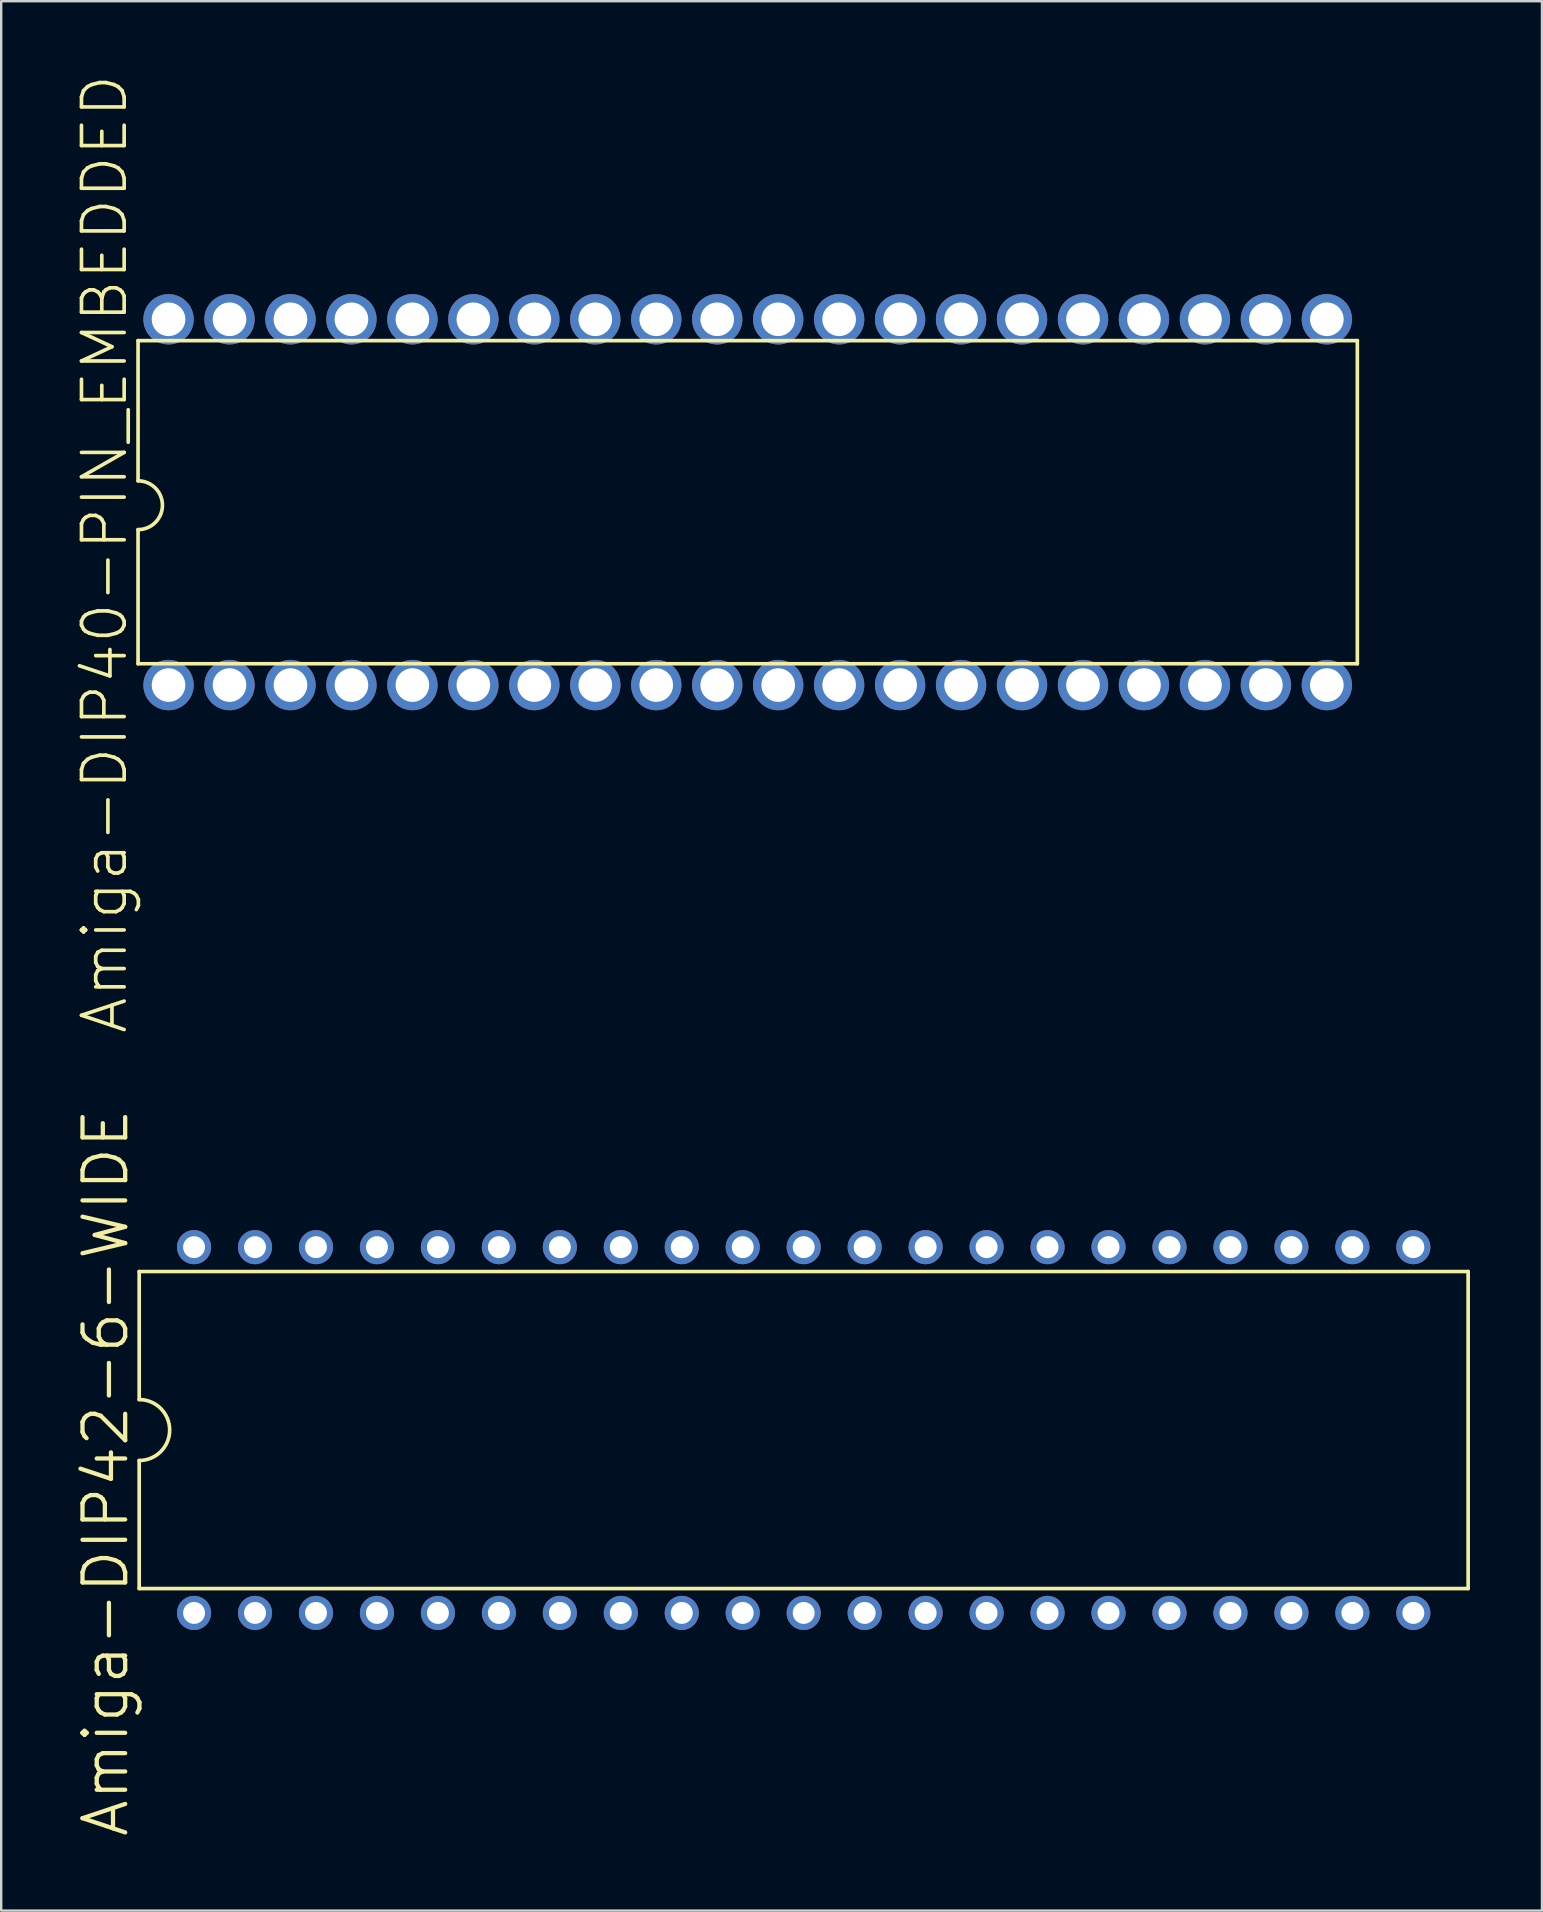
<source format=kicad_pcb>
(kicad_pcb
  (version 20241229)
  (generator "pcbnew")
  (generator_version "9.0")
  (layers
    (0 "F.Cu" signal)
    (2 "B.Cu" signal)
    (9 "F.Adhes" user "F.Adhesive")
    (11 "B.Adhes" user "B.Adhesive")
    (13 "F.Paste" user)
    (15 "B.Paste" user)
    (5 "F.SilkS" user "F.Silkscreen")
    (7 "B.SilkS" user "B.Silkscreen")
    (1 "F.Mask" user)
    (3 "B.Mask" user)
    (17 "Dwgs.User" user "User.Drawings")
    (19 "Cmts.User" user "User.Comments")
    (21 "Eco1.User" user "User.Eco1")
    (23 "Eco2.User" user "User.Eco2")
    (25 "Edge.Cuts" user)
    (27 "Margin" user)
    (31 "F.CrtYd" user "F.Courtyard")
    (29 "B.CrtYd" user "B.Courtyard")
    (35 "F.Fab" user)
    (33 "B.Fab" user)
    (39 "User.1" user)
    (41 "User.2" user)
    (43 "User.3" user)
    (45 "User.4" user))
  (footprint "Amiga-DIP40-PIN_EMBEDDED"
    (layer "F.Cu")
    (at 26.832 17.873)
    (property "Reference" "Amiga-DIP40-PIN_EMBEDDED" (at -25.524 2.159 90) (layer "F.SilkS") (effects (font (size 1.778 1.778) (thickness 0.152))))
    (attr exclude_from_pos_files exclude_from_bom)
    (fp_line (start -24.13 -6.731) (end -24.13 -0.889) (stroke (width 0.152) (type solid)) (layer "F.SilkS"))
    (fp_line (start -24.13 6.731) (end -24.13 1.143) (stroke (width 0.152) (type solid)) (layer "F.SilkS"))
    (fp_line (start -24.13 6.731) (end 26.67 6.731) (stroke (width 0.152) (type solid)) (layer "F.SilkS"))
    (fp_line (start 26.67 -6.731) (end -24.13 -6.731) (stroke (width 0.152) (type solid)) (layer "F.SilkS"))
    (fp_line (start 26.67 -6.731) (end 26.67 6.731) (stroke (width 0.152) (type solid)) (layer "F.SilkS"))
    (fp_arc (start -24.13 -0.889) (mid -23.114 0.127) (end -24.13 1.143) (stroke (width 0.1524) (type solid)) (layer "F.SilkS"))
    (pad "1" thru_hole circle (at -22.86 7.62) (size 2.098 2.098) (drill 1.4) (layers "*.Cu" "*.Paste" "*.Mask"))
    (pad "2" thru_hole circle (at -20.32 7.62) (size 2.098 2.098) (drill 1.4) (layers "*.Cu" "*.Paste" "*.Mask"))
    (pad "3" thru_hole circle (at -17.78 7.62) (size 2.098 2.098) (drill 1.4) (layers "*.Cu" "*.Paste" "*.Mask"))
    (pad "4" thru_hole circle (at -15.24 7.62) (size 2.098 2.098) (drill 1.4) (layers "*.Cu" "*.Paste" "*.Mask"))
    (pad "5" thru_hole circle (at -12.7 7.62) (size 2.098 2.098) (drill 1.4) (layers "*.Cu" "*.Paste" "*.Mask"))
    (pad "6" thru_hole circle (at -10.16 7.62) (size 2.098 2.098) (drill 1.4) (layers "*.Cu" "*.Paste" "*.Mask"))
    (pad "7" thru_hole circle (at -7.62 7.62) (size 2.098 2.098) (drill 1.4) (layers "*.Cu" "*.Paste" "*.Mask"))
    (pad "8" thru_hole circle (at -5.08 7.62) (size 2.098 2.098) (drill 1.4) (layers "*.Cu" "*.Paste" "*.Mask"))
    (pad "9" thru_hole circle (at -2.54 7.62) (size 2.098 2.098) (drill 1.4) (layers "*.Cu" "*.Paste" "*.Mask"))
    (pad "10" thru_hole circle (at 0 7.62) (size 2.098 2.098) (drill 1.4) (layers "*.Cu" "*.Paste" "*.Mask"))
    (pad "11" thru_hole circle (at 2.54 7.62) (size 2.098 2.098) (drill 1.4) (layers "*.Cu" "*.Paste" "*.Mask"))
    (pad "12" thru_hole circle (at 5.08 7.62) (size 2.098 2.098) (drill 1.4) (layers "*.Cu" "*.Paste" "*.Mask"))
    (pad "13" thru_hole circle (at 7.62 7.62) (size 2.098 2.098) (drill 1.4) (layers "*.Cu" "*.Paste" "*.Mask"))
    (pad "14" thru_hole circle (at 10.16 7.62) (size 2.098 2.098) (drill 1.4) (layers "*.Cu" "*.Paste" "*.Mask"))
    (pad "15" thru_hole circle (at 12.7 7.62) (size 2.098 2.098) (drill 1.4) (layers "*.Cu" "*.Paste" "*.Mask"))
    (pad "16" thru_hole circle (at 15.24 7.62) (size 2.098 2.098) (drill 1.4) (layers "*.Cu" "*.Paste" "*.Mask"))
    (pad "17" thru_hole circle (at 17.78 7.62) (size 2.098 2.098) (drill 1.4) (layers "*.Cu" "*.Paste" "*.Mask"))
    (pad "18" thru_hole circle (at 20.32 7.62) (size 2.098 2.098) (drill 1.4) (layers "*.Cu" "*.Paste" "*.Mask"))
    (pad "19" thru_hole circle (at 22.86 7.62) (size 2.098 2.098) (drill 1.4) (layers "*.Cu" "*.Paste" "*.Mask"))
    (pad "20" thru_hole circle (at 25.4 7.62) (size 2.098 2.098) (drill 1.4) (layers "*.Cu" "*.Paste" "*.Mask"))
    (pad "21" thru_hole circle (at 25.4 -7.62) (size 2.098 2.098) (drill 1.4) (layers "*.Cu" "*.Paste" "*.Mask"))
    (pad "22" thru_hole circle (at 22.86 -7.62) (size 2.098 2.098) (drill 1.4) (layers "*.Cu" "*.Paste" "*.Mask"))
    (pad "23" thru_hole circle (at 20.32 -7.62) (size 2.098 2.098) (drill 1.4) (layers "*.Cu" "*.Paste" "*.Mask"))
    (pad "24" thru_hole circle (at 17.78 -7.62) (size 2.098 2.098) (drill 1.4) (layers "*.Cu" "*.Paste" "*.Mask"))
    (pad "25" thru_hole circle (at 15.24 -7.62) (size 2.098 2.098) (drill 1.4) (layers "*.Cu" "*.Paste" "*.Mask"))
    (pad "26" thru_hole circle (at 12.7 -7.62) (size 2.098 2.098) (drill 1.4) (layers "*.Cu" "*.Paste" "*.Mask"))
    (pad "27" thru_hole circle (at 10.16 -7.62) (size 2.098 2.098) (drill 1.4) (layers "*.Cu" "*.Paste" "*.Mask"))
    (pad "28" thru_hole circle (at 7.62 -7.62) (size 2.098 2.098) (drill 1.4) (layers "*.Cu" "*.Paste" "*.Mask"))
    (pad "29" thru_hole circle (at 5.08 -7.62) (size 2.098 2.098) (drill 1.4) (layers "*.Cu" "*.Paste" "*.Mask"))
    (pad "30" thru_hole circle (at 2.54 -7.62) (size 2.098 2.098) (drill 1.4) (layers "*.Cu" "*.Paste" "*.Mask"))
    (pad "31" thru_hole circle (at 0 -7.62) (size 2.098 2.098) (drill 1.4) (layers "*.Cu" "*.Paste" "*.Mask"))
    (pad "32" thru_hole circle (at -2.54 -7.62) (size 2.098 2.098) (drill 1.4) (layers "*.Cu" "*.Paste" "*.Mask"))
    (pad "33" thru_hole circle (at -5.08 -7.62) (size 2.098 2.098) (drill 1.4) (layers "*.Cu" "*.Paste" "*.Mask"))
    (pad "34" thru_hole circle (at -7.62 -7.62) (size 2.098 2.098) (drill 1.4) (layers "*.Cu" "*.Paste" "*.Mask"))
    (pad "35" thru_hole circle (at -10.16 -7.62) (size 2.098 2.098) (drill 1.4) (layers "*.Cu" "*.Paste" "*.Mask"))
    (pad "36" thru_hole circle (at -12.7 -7.62) (size 2.098 2.098) (drill 1.4) (layers "*.Cu" "*.Paste" "*.Mask"))
    (pad "37" thru_hole circle (at -15.24 -7.62) (size 2.098 2.098) (drill 1.4) (layers "*.Cu" "*.Paste" "*.Mask"))
    (pad "38" thru_hole circle (at -17.78 -7.62) (size 2.098 2.098) (drill 1.4) (layers "*.Cu" "*.Paste" "*.Mask"))
    (pad "39" thru_hole circle (at -20.32 -7.62) (size 2.098 2.098) (drill 1.4) (layers "*.Cu" "*.Paste" "*.Mask"))
    (pad "40" thru_hole circle (at -22.86 -7.62) (size 2.098 2.098) (drill 1.4) (layers "*.Cu" "*.Paste" "*.Mask")))
  (footprint "Amiga-DIP42-6-WIDE"
    (layer "F.Cu")
    (at 29.165 56.531)
    (property "Reference" "Amiga-DIP42-6-WIDE" (at -27.813 1.778 90) (layer "F.SilkS") (effects (font (size 1.778 1.778) (thickness 0.178))))
    (attr exclude_from_pos_files exclude_from_bom)
    (fp_line (start -26.416 -6.604) (end -26.416 -1.27) (stroke (width 0.152) (type solid)) (layer "F.SilkS"))
    (fp_line (start -26.416 -6.604) (end 28.953 -6.604) (stroke (width 0.152) (type solid)) (layer "F.SilkS"))
    (fp_line (start -26.416 1.27) (end -26.416 6.604) (stroke (width 0.152) (type solid)) (layer "F.SilkS"))
    (fp_line (start -26.416 6.604) (end 28.953 6.604) (stroke (width 0.152) (type solid)) (layer "F.SilkS"))
    (fp_line (start 28.953 6.604) (end 28.953 -6.604) (stroke (width 0.152) (type solid)) (layer "F.SilkS"))
    (fp_arc (start -26.416 -1.27) (mid -25.146 0) (end -26.416 1.27) (stroke (width 0.1524) (type solid)) (layer "F.SilkS"))
    (pad "1" thru_hole circle (at -24.13 7.62) (size 1.422 1.422) (drill 0.914) (layers "*.Cu" "*.Paste" "*.Mask"))
    (pad "2" thru_hole circle (at -21.59 7.62) (size 1.422 1.422) (drill 0.914) (layers "*.Cu" "*.Paste" "*.Mask"))
    (pad "3" thru_hole circle (at -19.05 7.62) (size 1.422 1.422) (drill 0.914) (layers "*.Cu" "*.Paste" "*.Mask"))
    (pad "4" thru_hole circle (at -16.51 7.62) (size 1.422 1.422) (drill 0.914) (layers "*.Cu" "*.Paste" "*.Mask"))
    (pad "5" thru_hole circle (at -13.97 7.62) (size 1.422 1.422) (drill 0.914) (layers "*.Cu" "*.Paste" "*.Mask"))
    (pad "6" thru_hole circle (at -11.43 7.62) (size 1.422 1.422) (drill 0.914) (layers "*.Cu" "*.Paste" "*.Mask"))
    (pad "7" thru_hole circle (at -8.89 7.62) (size 1.422 1.422) (drill 0.914) (layers "*.Cu" "*.Paste" "*.Mask"))
    (pad "8" thru_hole circle (at -6.35 7.62) (size 1.422 1.422) (drill 0.914) (layers "*.Cu" "*.Paste" "*.Mask"))
    (pad "9" thru_hole circle (at -3.81 7.62) (size 1.422 1.422) (drill 0.914) (layers "*.Cu" "*.Paste" "*.Mask"))
    (pad "10" thru_hole circle (at -1.27 7.62) (size 1.422 1.422) (drill 0.914) (layers "*.Cu" "*.Paste" "*.Mask"))
    (pad "11" thru_hole circle (at 1.27 7.62) (size 1.422 1.422) (drill 0.914) (layers "*.Cu" "*.Paste" "*.Mask"))
    (pad "12" thru_hole circle (at 3.81 7.62) (size 1.422 1.422) (drill 0.914) (layers "*.Cu" "*.Paste" "*.Mask"))
    (pad "13" thru_hole circle (at 6.35 7.62) (size 1.422 1.422) (drill 0.914) (layers "*.Cu" "*.Paste" "*.Mask"))
    (pad "14" thru_hole circle (at 8.89 7.62) (size 1.422 1.422) (drill 0.914) (layers "*.Cu" "*.Paste" "*.Mask"))
    (pad "15" thru_hole circle (at 11.43 7.62) (size 1.422 1.422) (drill 0.914) (layers "*.Cu" "*.Paste" "*.Mask"))
    (pad "16" thru_hole circle (at 13.97 7.62) (size 1.422 1.422) (drill 0.914) (layers "*.Cu" "*.Paste" "*.Mask"))
    (pad "17" thru_hole circle (at 16.51 7.62) (size 1.422 1.422) (drill 0.914) (layers "*.Cu" "*.Paste" "*.Mask"))
    (pad "18" thru_hole circle (at 19.05 7.62) (size 1.422 1.422) (drill 0.914) (layers "*.Cu" "*.Paste" "*.Mask"))
    (pad "19" thru_hole circle (at 21.59 7.62) (size 1.422 1.422) (drill 0.914) (layers "*.Cu" "*.Paste" "*.Mask"))
    (pad "20" thru_hole circle (at 24.13 7.62) (size 1.422 1.422) (drill 0.914) (layers "*.Cu" "*.Paste" "*.Mask"))
    (pad "21" thru_hole circle (at 26.67 7.62) (size 1.422 1.422) (drill 0.914) (layers "*.Cu" "*.Paste" "*.Mask"))
    (pad "22" thru_hole circle (at 26.67 -7.62) (size 1.422 1.422) (drill 0.914) (layers "*.Cu" "*.Paste" "*.Mask"))
    (pad "23" thru_hole circle (at 24.13 -7.62) (size 1.422 1.422) (drill 0.914) (layers "*.Cu" "*.Paste" "*.Mask"))
    (pad "24" thru_hole circle (at 21.59 -7.62) (size 1.422 1.422) (drill 0.914) (layers "*.Cu" "*.Paste" "*.Mask"))
    (pad "25" thru_hole circle (at 19.05 -7.62) (size 1.422 1.422) (drill 0.914) (layers "*.Cu" "*.Paste" "*.Mask"))
    (pad "26" thru_hole circle (at 16.51 -7.62) (size 1.422 1.422) (drill 0.914) (layers "*.Cu" "*.Paste" "*.Mask"))
    (pad "27" thru_hole circle (at 13.97 -7.62) (size 1.422 1.422) (drill 0.914) (layers "*.Cu" "*.Paste" "*.Mask"))
    (pad "28" thru_hole circle (at 11.43 -7.62) (size 1.422 1.422) (drill 0.914) (layers "*.Cu" "*.Paste" "*.Mask"))
    (pad "29" thru_hole circle (at 8.89 -7.62) (size 1.422 1.422) (drill 0.914) (layers "*.Cu" "*.Paste" "*.Mask"))
    (pad "30" thru_hole circle (at 6.35 -7.62) (size 1.422 1.422) (drill 0.914) (layers "*.Cu" "*.Paste" "*.Mask"))
    (pad "31" thru_hole circle (at 3.81 -7.62) (size 1.422 1.422) (drill 0.914) (layers "*.Cu" "*.Paste" "*.Mask"))
    (pad "32" thru_hole circle (at 1.27 -7.62) (size 1.422 1.422) (drill 0.914) (layers "*.Cu" "*.Paste" "*.Mask"))
    (pad "33" thru_hole circle (at -1.27 -7.62) (size 1.422 1.422) (drill 0.914) (layers "*.Cu" "*.Paste" "*.Mask"))
    (pad "34" thru_hole circle (at -3.81 -7.62) (size 1.422 1.422) (drill 0.914) (layers "*.Cu" "*.Paste" "*.Mask"))
    (pad "35" thru_hole circle (at -6.35 -7.62) (size 1.422 1.422) (drill 0.914) (layers "*.Cu" "*.Paste" "*.Mask"))
    (pad "36" thru_hole circle (at -8.89 -7.62) (size 1.422 1.422) (drill 0.914) (layers "*.Cu" "*.Paste" "*.Mask"))
    (pad "37" thru_hole circle (at -11.43 -7.62) (size 1.422 1.422) (drill 0.914) (layers "*.Cu" "*.Paste" "*.Mask"))
    (pad "38" thru_hole circle (at -13.97 -7.62) (size 1.422 1.422) (drill 0.914) (layers "*.Cu" "*.Paste" "*.Mask"))
    (pad "39" thru_hole circle (at -16.51 -7.62) (size 1.422 1.422) (drill 0.914) (layers "*.Cu" "*.Paste" "*.Mask"))
    (pad "40" thru_hole circle (at -19.05 -7.62) (size 1.422 1.422) (drill 0.914) (layers "*.Cu" "*.Paste" "*.Mask"))
    (pad "41" thru_hole circle (at -21.59 -7.62) (size 1.422 1.422) (drill 0.914) (layers "*.Cu" "*.Paste" "*.Mask"))
    (pad "42" thru_hole circle (at -24.13 -7.62) (size 1.422 1.422) (drill 0.914) (layers "*.Cu" "*.Paste" "*.Mask")))
  (gr_rect
    (start -3 -3)
    (end 61.195 76.553)
    (stroke (width 0.1) (type default))
    (fill no)
    (layer "Edge.Cuts")))
</source>
